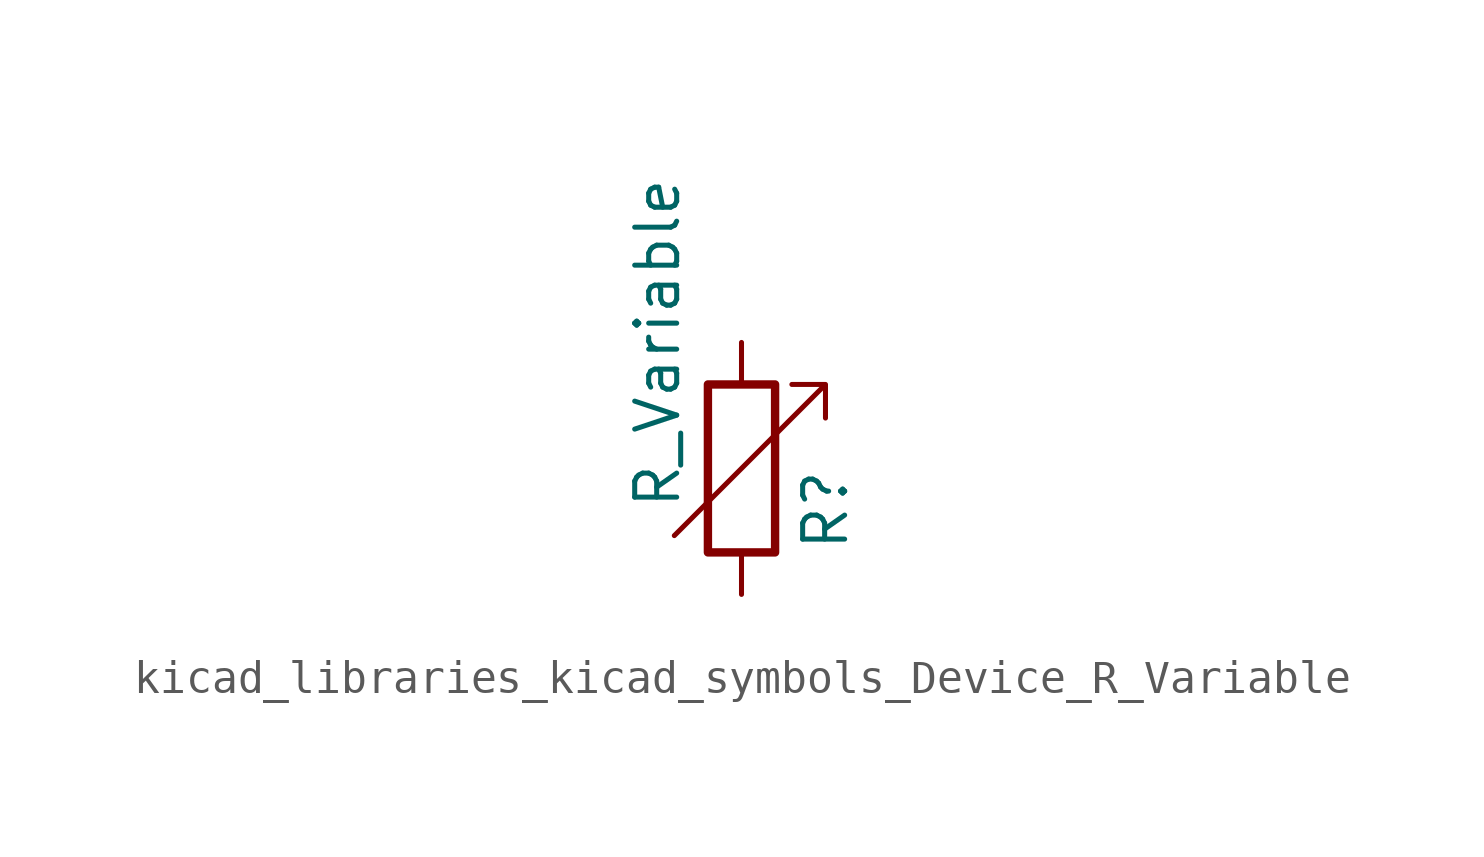
<source format=kicad_sym>
(kicad_symbol_lib
  (version 20220914)
  (generator kicad_symbol_editor)
  (symbol "kicad_libraries_kicad_symbols_Device_R_Variable"
    (pin_numbers hide)
    (pin_names
      (offset 0))
    (property "Reference" "R"
      (at 2.54 -2.54 90)
      (effects (font (size 1.27 1.27)) (justify left)))
    (property "Value" "R_Variable"
      (at -2.54 -1.27 90)
      (effects (font (size 1.27 1.27)) (justify left)))
    (symbol "kicad_libraries_kicad_symbols_Device_R_Variable_0_1"
      (rectangle (start -1.016 -2.54) (end 1.016 2.54) (stroke (width 0.254) (type default)) (fill (type none)))
      (polyline (pts (xy 2.54 1.524) (xy 2.54 2.54) (xy 1.524 2.54) (xy 2.54 2.54) (xy -2.032 -2.032)) (stroke (width 0) (type default)) (fill (type none))))
    (symbol "kicad_libraries_kicad_symbols_Device_R_Variable_1_1"
      (pin passive line (at 0 3.81 270) (length 1.27) (name "~" (effects (font (size 1.27 1.27)))) (number "1" (effects (font (size 1.27 1.27)))))
      (pin passive line (at 0 -3.81 90) (length 1.27) (name "~" (effects (font (size 1.27 1.27)))) (number "2" (effects (font (size 1.27 1.27))))))))
</source>
